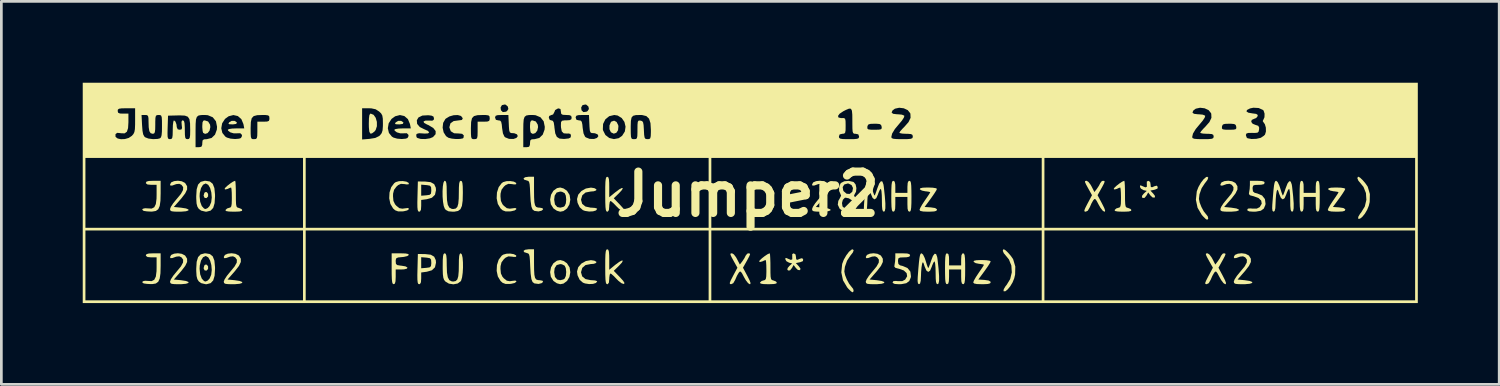
<source format=kicad_pcb>
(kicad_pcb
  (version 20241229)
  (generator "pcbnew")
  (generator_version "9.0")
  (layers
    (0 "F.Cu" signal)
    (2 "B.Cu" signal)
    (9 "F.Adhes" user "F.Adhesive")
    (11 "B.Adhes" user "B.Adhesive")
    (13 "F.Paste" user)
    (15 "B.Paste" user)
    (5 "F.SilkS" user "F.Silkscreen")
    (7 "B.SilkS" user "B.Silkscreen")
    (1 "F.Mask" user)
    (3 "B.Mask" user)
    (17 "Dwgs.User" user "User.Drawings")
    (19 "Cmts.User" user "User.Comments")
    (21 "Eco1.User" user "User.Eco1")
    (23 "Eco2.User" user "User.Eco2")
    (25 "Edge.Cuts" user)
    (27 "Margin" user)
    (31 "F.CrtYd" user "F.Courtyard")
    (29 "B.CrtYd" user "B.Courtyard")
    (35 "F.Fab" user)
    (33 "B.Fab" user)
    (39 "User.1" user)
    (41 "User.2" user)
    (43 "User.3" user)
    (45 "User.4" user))
  (footprint "Jumper2"
    (layer "F.Cu")
    (at 24.509 4.11)
    (property "Reference" "Jumper2" (at 0 0 0) (layer "F.SilkS") (effects (font (size 1.524 1.524) (thickness 0.3))))
    (attr board_only exclude_from_pos_files exclude_from_bom)
    (fp_poly (pts (xy -19.933 -0.076) (xy -19.888 -0.011) (xy -19.888 0.078) (xy -19.889 0.082) (xy -19.948 0.144) (xy -20.018 0.132) (xy -20.053 0.055) (xy -20.053 0.052) (xy -20.027 -0.044) (xy -19.998 -0.078)) (stroke (width 0) (type solid)) (fill yes) (layer "F.SilkS"))
    (fp_poly (pts (xy -19.933 2.598) (xy -19.888 2.662) (xy -19.888 2.752) (xy -19.889 2.756) (xy -19.948 2.817) (xy -20.018 2.806) (xy -20.053 2.729) (xy -20.053 2.726) (xy -20.027 2.629) (xy -19.998 2.596)) (stroke (width 0) (type solid)) (fill yes) (layer "F.SilkS"))
    (fp_poly (pts (xy -18.835 -2.654) (xy -18.827 -2.637) (xy -18.852 -2.592) (xy -18.968 -2.575) (xy -18.99 -2.575) (xy -19.105 -2.58) (xy -19.139 -2.603) (xy -19.11 -2.651) (xy -19.019 -2.705) (xy -18.912 -2.705)) (stroke (width 0) (type solid)) (fill yes) (layer "F.SilkS"))
    (fp_poly (pts (xy -12.696 -2.654) (xy -12.687 -2.637) (xy -12.712 -2.592) (xy -12.828 -2.575) (xy -12.85 -2.575) (xy -12.966 -2.58) (xy -12.999 -2.603) (xy -12.97 -2.651) (xy -12.879 -2.705) (xy -12.772 -2.705)) (stroke (width 0) (type solid)) (fill yes) (layer "F.SilkS"))
    (fp_poly (pts (xy -19.887 -2.681) (xy -19.816 -2.565) (xy -19.805 -2.476) (xy -19.834 -2.344) (xy -19.906 -2.254) (xy -19.997 -2.225) (xy -20.069 -2.261) (xy -20.089 -2.327) (xy -20.101 -2.453) (xy -20.102 -2.509) (xy -20.094 -2.646) (xy -20.064 -2.71) (xy -20.013 -2.723)) (stroke (width 0) (type solid)) (fill yes) (layer "F.SilkS"))
    (fp_poly (pts (xy -7.806 -2.681) (xy -7.735 -2.565) (xy -7.724 -2.476) (xy -7.753 -2.344) (xy -7.825 -2.254) (xy -7.916 -2.225) (xy -7.988 -2.261) (xy -8.008 -2.327) (xy -8.02 -2.453) (xy -8.021 -2.509) (xy -8.013 -2.646) (xy -7.983 -2.71) (xy -7.932 -2.723)) (stroke (width 0) (type solid)) (fill yes) (layer "F.SilkS"))
    (fp_poly (pts (xy -4.829 -2.664) (xy -4.77 -2.548) (xy -4.762 -2.505) (xy -4.775 -2.36) (xy -4.839 -2.264) (xy -4.933 -2.233) (xy -5.036 -2.283) (xy -5.04 -2.287) (xy -5.092 -2.398) (xy -5.091 -2.539) (xy -5.04 -2.658) (xy -5.021 -2.677) (xy -4.92 -2.712)) (stroke (width 0) (type solid)) (fill yes) (layer "F.SilkS"))
    (fp_poly (pts (xy -13.786 -2.927) (xy -13.709 -2.817) (xy -13.666 -2.667) (xy -13.665 -2.508) (xy -13.71 -2.368) (xy -13.756 -2.31) (xy -13.85 -2.24) (xy -13.911 -2.238) (xy -13.946 -2.312) (xy -13.961 -2.471) (xy -13.963 -2.599) (xy -13.958 -2.798) (xy -13.943 -2.914) (xy -13.914 -2.965) (xy -13.892 -2.971)) (stroke (width 0) (type solid)) (fill yes) (layer "F.SilkS"))
    (fp_poly (pts (xy -7.873 -0.153) (xy -7.87 0.112) (xy -7.86 0.293) (xy -7.836 0.406) (xy -7.795 0.467) (xy -7.73 0.491) (xy -7.665 0.495) (xy -7.561 0.514) (xy -7.538 0.558) (xy -7.591 0.605) (xy -7.707 0.634) (xy -7.858 0.614) (xy -7.926 0.564) (xy -7.969 0.457) (xy -7.998 0.252) (xy -8.013 -0.005) (xy -8.023 -0.228) (xy -8.035 -0.371) (xy -8.055 -0.452) (xy -8.087 -0.491) (xy -8.133 -0.505) (xy -8.239 -0.539) (xy -8.259 -0.586) (xy -8.199 -0.627) (xy -8.075 -0.644) (xy -7.873 -0.644)) (stroke (width 0) (type solid)) (fill yes) (layer "F.SilkS"))
    (fp_poly (pts (xy -7.873 2.521) (xy -7.87 2.786) (xy -7.86 2.967) (xy -7.836 3.08) (xy -7.795 3.141) (xy -7.73 3.165) (xy -7.665 3.169) (xy -7.561 3.188) (xy -7.538 3.231) (xy -7.591 3.278) (xy -7.707 3.307) (xy -7.858 3.288) (xy -7.926 3.238) (xy -7.969 3.131) (xy -7.998 2.926) (xy -8.013 2.669) (xy -8.023 2.446) (xy -8.035 2.303) (xy -8.055 2.221) (xy -8.087 2.183) (xy -8.133 2.169) (xy -8.239 2.134) (xy -8.259 2.088) (xy -8.199 2.047) (xy -8.075 2.03) (xy -7.873 2.03)) (stroke (width 0) (type solid)) (fill yes) (layer "F.SilkS"))
    (fp_poly (pts (xy 9.509 2.066) (xy 9.602 2.154) (xy 9.7 2.267) (xy 9.777 2.376) (xy 9.791 2.401) (xy 9.869 2.666) (xy 9.862 2.96) (xy 9.83 3.099) (xy 9.768 3.251) (xy 9.682 3.394) (xy 9.589 3.508) (xy 9.503 3.576) (xy 9.442 3.578) (xy 9.434 3.567) (xy 9.443 3.501) (xy 9.506 3.395) (xy 9.549 3.343) (xy 9.681 3.126) (xy 9.74 2.88) (xy 9.724 2.631) (xy 9.634 2.405) (xy 9.53 2.276) (xy 9.444 2.174) (xy 9.407 2.085) (xy 9.426 2.034) (xy 9.448 2.03)) (stroke (width 0) (type solid)) (fill yes) (layer "F.SilkS"))
    (fp_poly (pts (xy 22.581 -0.608) (xy 22.674 -0.52) (xy 22.771 -0.407) (xy 22.848 -0.298) (xy 22.862 -0.272) (xy 22.94 -0.008) (xy 22.933 0.286) (xy 22.901 0.425) (xy 22.839 0.577) (xy 22.754 0.72) (xy 22.66 0.835) (xy 22.575 0.902) (xy 22.514 0.904) (xy 22.505 0.894) (xy 22.515 0.827) (xy 22.578 0.722) (xy 22.62 0.669) (xy 22.753 0.452) (xy 22.811 0.206) (xy 22.795 -0.043) (xy 22.705 -0.269) (xy 22.601 -0.397) (xy 22.516 -0.499) (xy 22.479 -0.589) (xy 22.498 -0.64) (xy 22.519 -0.644)) (stroke (width 0) (type solid)) (fill yes) (layer "F.SilkS"))
    (fp_poly (pts (xy -21.637 -0.036) (xy -21.644 0.24) (xy -21.671 0.432) (xy -21.725 0.553) (xy -21.814 0.617) (xy -21.945 0.639) (xy -21.999 0.64) (xy -22.144 0.632) (xy -22.251 0.616) (xy -22.269 0.611) (xy -22.318 0.57) (xy -22.291 0.535) (xy -22.209 0.516) (xy -22.111 0.522) (xy -21.968 0.529) (xy -21.872 0.48) (xy -21.814 0.362) (xy -21.789 0.164) (xy -21.786 0.021) (xy -21.786 -0.347) (xy -21.984 -0.347) (xy -22.121 -0.359) (xy -22.178 -0.4) (xy -22.182 -0.421) (xy -22.157 -0.466) (xy -22.071 -0.489) (xy -21.909 -0.495) (xy -21.637 -0.495)) (stroke (width 0) (type solid)) (fill yes) (layer "F.SilkS"))
    (fp_poly (pts (xy -21.637 2.638) (xy -21.644 2.914) (xy -21.671 3.105) (xy -21.725 3.226) (xy -21.814 3.291) (xy -21.945 3.313) (xy -21.999 3.313) (xy -22.144 3.305) (xy -22.251 3.29) (xy -22.269 3.284) (xy -22.318 3.244) (xy -22.291 3.208) (xy -22.209 3.19) (xy -22.111 3.196) (xy -21.968 3.203) (xy -21.872 3.153) (xy -21.814 3.035) (xy -21.789 2.838) (xy -21.786 2.695) (xy -21.786 2.327) (xy -21.984 2.327) (xy -22.121 2.315) (xy -22.178 2.274) (xy -22.182 2.253) (xy -22.157 2.208) (xy -22.071 2.185) (xy -21.909 2.179) (xy -21.637 2.179)) (stroke (width 0) (type solid)) (fill yes) (layer "F.SilkS"))
    (fp_poly (pts (xy -5.648 -0.224) (xy -5.573 -0.182) (xy -5.584 -0.14) (xy -5.669 -0.109) (xy -5.788 -0.099) (xy -5.974 -0.063) (xy -6.094 0.04) (xy -6.14 0.199) (xy -6.14 0.207) (xy -6.097 0.356) (xy -5.975 0.454) (xy -5.783 0.495) (xy -5.752 0.495) (xy -5.625 0.505) (xy -5.552 0.528) (xy -5.545 0.539) (xy -5.589 0.598) (xy -5.698 0.631) (xy -5.843 0.638) (xy -5.993 0.615) (xy -6.072 0.586) (xy -6.19 0.48) (xy -6.268 0.316) (xy -6.288 0.178) (xy -6.243 0.016) (xy -6.125 -0.119) (xy -5.961 -0.211) (xy -5.774 -0.244)) (stroke (width 0) (type solid)) (fill yes) (layer "F.SilkS"))
    (fp_poly (pts (xy -5.648 2.45) (xy -5.573 2.492) (xy -5.584 2.534) (xy -5.669 2.565) (xy -5.788 2.575) (xy -5.974 2.611) (xy -6.094 2.714) (xy -6.14 2.873) (xy -6.14 2.88) (xy -6.097 3.029) (xy -5.975 3.128) (xy -5.783 3.168) (xy -5.752 3.169) (xy -5.625 3.178) (xy -5.552 3.202) (xy -5.545 3.213) (xy -5.589 3.271) (xy -5.698 3.305) (xy -5.843 3.312) (xy -5.993 3.289) (xy -6.072 3.259) (xy -6.19 3.154) (xy -6.268 2.99) (xy -6.288 2.851) (xy -6.243 2.69) (xy -6.125 2.555) (xy -5.961 2.463) (xy -5.774 2.43)) (stroke (width 0) (type solid)) (fill yes) (layer "F.SilkS"))
    (fp_poly (pts (xy 3.911 2.061) (xy 3.883 2.143) (xy 3.793 2.26) (xy 3.787 2.267) (xy 3.666 2.451) (xy 3.587 2.677) (xy 3.566 2.847) (xy 3.593 2.979) (xy 3.659 3.145) (xy 3.744 3.302) (xy 3.827 3.408) (xy 3.829 3.41) (xy 3.893 3.491) (xy 3.91 3.571) (xy 3.876 3.614) (xy 3.866 3.614) (xy 3.81 3.579) (xy 3.719 3.49) (xy 3.67 3.432) (xy 3.517 3.173) (xy 3.455 2.881) (xy 3.487 2.571) (xy 3.489 2.565) (xy 3.548 2.409) (xy 3.638 2.253) (xy 3.738 2.121) (xy 3.832 2.042) (xy 3.871 2.03)) (stroke (width 0) (type solid)) (fill yes) (layer "F.SilkS"))
    (fp_poly (pts (xy 16.982 -0.613) (xy 16.954 -0.531) (xy 16.865 -0.413) (xy 16.858 -0.406) (xy 16.738 -0.223) (xy 16.658 0.004) (xy 16.638 0.173) (xy 16.665 0.305) (xy 16.73 0.471) (xy 16.815 0.629) (xy 16.898 0.734) (xy 16.901 0.736) (xy 16.964 0.817) (xy 16.982 0.897) (xy 16.947 0.94) (xy 16.937 0.941) (xy 16.881 0.906) (xy 16.791 0.816) (xy 16.741 0.759) (xy 16.588 0.499) (xy 16.526 0.207) (xy 16.559 -0.103) (xy 16.56 -0.109) (xy 16.619 -0.264) (xy 16.709 -0.421) (xy 16.81 -0.552) (xy 16.903 -0.632) (xy 16.943 -0.644)) (stroke (width 0) (type solid)) (fill yes) (layer "F.SilkS"))
    (fp_poly (pts (xy -12.61 2.184) (xy -12.512 2.203) (xy -12.488 2.237) (xy -12.489 2.24) (xy -12.547 2.281) (xy -12.671 2.31) (xy -12.741 2.317) (xy -12.882 2.331) (xy -12.949 2.36) (xy -12.971 2.423) (xy -12.972 2.475) (xy -12.963 2.567) (xy -12.918 2.611) (xy -12.809 2.63) (xy -12.766 2.634) (xy -12.61 2.66) (xy -12.539 2.701) (xy -12.556 2.742) (xy -12.662 2.769) (xy -12.745 2.773) (xy -12.972 2.773) (xy -12.972 3.045) (xy -12.979 3.209) (xy -13.002 3.294) (xy -13.047 3.317) (xy -13.079 3.302) (xy -13.101 3.246) (xy -13.114 3.134) (xy -13.12 2.951) (xy -13.121 2.748) (xy -13.121 2.179) (xy -12.795 2.179)) (stroke (width 0) (type solid)) (fill yes) (layer "F.SilkS"))
    (fp_poly (pts (xy -11.89 -0.468) (xy -11.682 -0.444) (xy -11.554 -0.372) (xy -11.494 -0.242) (xy -11.487 -0.149) (xy -11.524 0.02) (xy -11.637 0.129) (xy -11.823 0.183) (xy -12.032 0.211) (xy -12.032 0.427) (xy -12.041 0.571) (xy -12.076 0.635) (xy -12.107 0.644) (xy -12.141 0.63) (xy -12.161 0.58) (xy -12.172 0.476) (xy -12.174 0.304) (xy -12.169 0.087) (xy -12.158 -0.353) (xy -12.032 -0.353) (xy -12.032 0.055) (xy -11.846 0.04) (xy -11.724 0.023) (xy -11.672 -0.021) (xy -11.66 -0.122) (xy -11.66 -0.149) (xy -11.668 -0.263) (xy -11.711 -0.315) (xy -11.818 -0.335) (xy -11.846 -0.337) (xy -12.032 -0.353) (xy -12.158 -0.353) (xy -12.155 -0.47)) (stroke (width 0) (type solid)) (fill yes) (layer "F.SilkS"))
    (fp_poly (pts (xy -11.89 2.206) (xy -11.682 2.229) (xy -11.554 2.302) (xy -11.494 2.431) (xy -11.487 2.525) (xy -11.524 2.693) (xy -11.637 2.803) (xy -11.823 2.857) (xy -12.032 2.885) (xy -12.032 3.101) (xy -12.041 3.245) (xy -12.076 3.309) (xy -12.107 3.317) (xy -12.141 3.304) (xy -12.161 3.254) (xy -12.172 3.15) (xy -12.174 2.978) (xy -12.169 2.76) (xy -12.158 2.321) (xy -12.032 2.321) (xy -12.032 2.729) (xy -11.846 2.714) (xy -11.724 2.697) (xy -11.672 2.652) (xy -11.66 2.552) (xy -11.66 2.525) (xy -11.668 2.411) (xy -11.711 2.359) (xy -11.818 2.339) (xy -11.846 2.336) (xy -12.032 2.321) (xy -12.158 2.321) (xy -12.155 2.203)) (stroke (width 0) (type solid)) (fill yes) (layer "F.SilkS"))
    (fp_poly (pts (xy -12.578 -0.464) (xy -12.497 -0.42) (xy -12.488 -0.405) (xy -12.497 -0.365) (xy -12.575 -0.362) (xy -12.643 -0.373) (xy -12.78 -0.383) (xy -12.882 -0.336) (xy -12.945 -0.28) (xy -13.032 -0.164) (xy -13.068 -0.023) (xy -13.071 0.074) (xy -13.056 0.246) (xy -12.997 0.369) (xy -12.945 0.428) (xy -12.837 0.514) (xy -12.726 0.533) (xy -12.643 0.522) (xy -12.525 0.508) (xy -12.485 0.53) (xy -12.488 0.554) (xy -12.549 0.598) (xy -12.677 0.628) (xy -12.73 0.634) (xy -12.886 0.632) (xy -12.992 0.592) (xy -13.068 0.524) (xy -13.168 0.357) (xy -13.211 0.151) (xy -13.2 -0.064) (xy -13.137 -0.26) (xy -13.026 -0.408) (xy -12.97 -0.447) (xy -12.852 -0.481) (xy -12.709 -0.485)) (stroke (width 0) (type solid)) (fill yes) (layer "F.SilkS"))
    (fp_poly (pts (xy -8.617 -0.464) (xy -8.536 -0.42) (xy -8.527 -0.405) (xy -8.536 -0.365) (xy -8.614 -0.362) (xy -8.682 -0.373) (xy -8.819 -0.383) (xy -8.921 -0.336) (xy -8.984 -0.28) (xy -9.071 -0.164) (xy -9.106 -0.023) (xy -9.11 0.074) (xy -9.094 0.246) (xy -9.036 0.369) (xy -8.984 0.428) (xy -8.876 0.514) (xy -8.765 0.533) (xy -8.682 0.522) (xy -8.564 0.508) (xy -8.524 0.53) (xy -8.527 0.554) (xy -8.587 0.598) (xy -8.716 0.628) (xy -8.769 0.634) (xy -8.925 0.632) (xy -9.031 0.592) (xy -9.107 0.524) (xy -9.207 0.357) (xy -9.25 0.151) (xy -9.239 -0.064) (xy -9.176 -0.26) (xy -9.065 -0.408) (xy -9.009 -0.447) (xy -8.891 -0.481) (xy -8.748 -0.485)) (stroke (width 0) (type solid)) (fill yes) (layer "F.SilkS"))
    (fp_poly (pts (xy -8.617 2.21) (xy -8.536 2.253) (xy -8.527 2.268) (xy -8.536 2.308) (xy -8.614 2.311) (xy -8.682 2.301) (xy -8.819 2.291) (xy -8.921 2.338) (xy -8.984 2.394) (xy -9.071 2.51) (xy -9.106 2.65) (xy -9.11 2.748) (xy -9.094 2.92) (xy -9.036 3.043) (xy -8.984 3.102) (xy -8.876 3.187) (xy -8.765 3.207) (xy -8.682 3.195) (xy -8.564 3.182) (xy -8.524 3.203) (xy -8.527 3.227) (xy -8.587 3.272) (xy -8.716 3.302) (xy -8.769 3.307) (xy -8.925 3.306) (xy -9.031 3.266) (xy -9.107 3.197) (xy -9.207 3.03) (xy -9.25 2.825) (xy -9.239 2.61) (xy -9.176 2.413) (xy -9.065 2.266) (xy -9.009 2.227) (xy -8.891 2.193) (xy -8.748 2.188)) (stroke (width 0) (type solid)) (fill yes) (layer "F.SilkS"))
    (fp_poly (pts (xy -6.784 -0.213) (xy -6.661 -0.13) (xy -6.657 -0.126) (xy -6.561 0.027) (xy -6.535 0.202) (xy -6.568 0.376) (xy -6.655 0.524) (xy -6.787 0.62) (xy -6.907 0.644) (xy -7.03 0.609) (xy -7.153 0.526) (xy -7.157 0.522) (xy -7.253 0.37) (xy -7.279 0.198) (xy -7.13 0.198) (xy -7.102 0.375) (xy -7.017 0.472) (xy -6.907 0.495) (xy -6.793 0.468) (xy -6.744 0.436) (xy -6.7 0.338) (xy -6.686 0.194) (xy -6.702 0.051) (xy -6.744 -0.04) (xy -6.84 -0.089) (xy -6.907 -0.099) (xy -7.039 -0.062) (xy -7.112 0.052) (xy -7.13 0.198) (xy -7.279 0.198) (xy -7.279 0.194) (xy -7.246 0.02) (xy -7.159 -0.128) (xy -7.027 -0.224) (xy -6.907 -0.248)) (stroke (width 0) (type solid)) (fill yes) (layer "F.SilkS"))
    (fp_poly (pts (xy -6.784 2.46) (xy -6.661 2.543) (xy -6.657 2.548) (xy -6.561 2.7) (xy -6.535 2.876) (xy -6.568 3.05) (xy -6.655 3.197) (xy -6.787 3.294) (xy -6.907 3.317) (xy -7.03 3.283) (xy -7.153 3.2) (xy -7.157 3.196) (xy -7.253 3.043) (xy -7.279 2.872) (xy -7.13 2.872) (xy -7.102 3.048) (xy -7.017 3.146) (xy -6.907 3.169) (xy -6.793 3.142) (xy -6.744 3.109) (xy -6.7 3.012) (xy -6.686 2.867) (xy -6.702 2.724) (xy -6.744 2.634) (xy -6.84 2.584) (xy -6.907 2.575) (xy -7.039 2.612) (xy -7.112 2.725) (xy -7.13 2.872) (xy -7.279 2.872) (xy -7.279 2.868) (xy -7.246 2.694) (xy -7.159 2.546) (xy -7.027 2.45) (xy -6.907 2.426)) (stroke (width 0) (type solid)) (fill yes) (layer "F.SilkS"))
    (fp_poly (pts (xy -20.859 -0.478) (xy -20.746 -0.421) (xy -20.729 -0.405) (xy -20.662 -0.296) (xy -20.661 -0.177) (xy -20.731 -0.032) (xy -20.874 0.155) (xy -20.899 0.183) (xy -21.151 0.47) (xy -20.89 0.495) (xy -20.703 0.524) (xy -20.612 0.561) (xy -20.613 0.598) (xy -20.704 0.628) (xy -20.884 0.643) (xy -20.94 0.644) (xy -21.123 0.641) (xy -21.229 0.629) (xy -21.277 0.602) (xy -21.29 0.554) (xy -21.29 0.545) (xy -21.259 0.462) (xy -21.175 0.334) (xy -21.056 0.188) (xy -21.043 0.173) (xy -20.889 -0.013) (xy -20.812 -0.155) (xy -20.807 -0.262) (xy -20.869 -0.346) (xy -20.95 -0.384) (xy -21.062 -0.373) (xy -21.204 -0.322) (xy -21.276 -0.317) (xy -21.29 -0.361) (xy -21.248 -0.437) (xy -21.141 -0.483) (xy -21.001 -0.498)) (stroke (width 0) (type solid)) (fill yes) (layer "F.SilkS"))
    (fp_poly (pts (xy -20.859 2.196) (xy -20.746 2.253) (xy -20.729 2.269) (xy -20.662 2.377) (xy -20.661 2.497) (xy -20.731 2.642) (xy -20.874 2.828) (xy -20.899 2.856) (xy -21.151 3.144) (xy -20.89 3.169) (xy -20.703 3.198) (xy -20.612 3.234) (xy -20.613 3.271) (xy -20.704 3.301) (xy -20.884 3.317) (xy -20.94 3.317) (xy -21.123 3.315) (xy -21.229 3.303) (xy -21.277 3.276) (xy -21.29 3.228) (xy -21.29 3.219) (xy -21.259 3.136) (xy -21.175 3.008) (xy -21.056 2.862) (xy -21.043 2.847) (xy -20.889 2.66) (xy -20.812 2.519) (xy -20.807 2.412) (xy -20.869 2.327) (xy -20.95 2.289) (xy -21.062 2.301) (xy -21.204 2.352) (xy -21.276 2.357) (xy -21.29 2.313) (xy -21.248 2.237) (xy -21.141 2.191) (xy -21.001 2.176)) (stroke (width 0) (type solid)) (fill yes) (layer "F.SilkS"))
    (fp_poly (pts (xy -18.879 2.196) (xy -18.765 2.253) (xy -18.748 2.269) (xy -18.682 2.377) (xy -18.681 2.497) (xy -18.75 2.642) (xy -18.894 2.828) (xy -18.918 2.856) (xy -19.171 3.144) (xy -18.91 3.169) (xy -18.723 3.198) (xy -18.631 3.234) (xy -18.632 3.271) (xy -18.724 3.301) (xy -18.903 3.317) (xy -18.959 3.317) (xy -19.143 3.315) (xy -19.248 3.303) (xy -19.297 3.276) (xy -19.31 3.228) (xy -19.31 3.219) (xy -19.278 3.136) (xy -19.194 3.008) (xy -19.076 2.862) (xy -19.062 2.847) (xy -18.909 2.66) (xy -18.831 2.519) (xy -18.827 2.412) (xy -18.889 2.327) (xy -18.969 2.289) (xy -19.081 2.301) (xy -19.223 2.352) (xy -19.295 2.357) (xy -19.31 2.313) (xy -19.267 2.237) (xy -19.161 2.191) (xy -19.021 2.176)) (stroke (width 0) (type solid)) (fill yes) (layer "F.SilkS"))
    (fp_poly (pts (xy 2.808 -0.478) (xy 2.921 -0.421) (xy 2.938 -0.405) (xy 3.005 -0.296) (xy 3.006 -0.177) (xy 2.936 -0.032) (xy 2.793 0.155) (xy 2.768 0.183) (xy 2.516 0.47) (xy 2.777 0.495) (xy 2.964 0.524) (xy 3.055 0.561) (xy 3.054 0.598) (xy 2.963 0.628) (xy 2.783 0.643) (xy 2.727 0.644) (xy 2.544 0.641) (xy 2.438 0.629) (xy 2.39 0.602) (xy 2.377 0.554) (xy 2.377 0.545) (xy 2.408 0.462) (xy 2.492 0.334) (xy 2.611 0.188) (xy 2.624 0.173) (xy 2.778 -0.013) (xy 2.855 -0.155) (xy 2.86 -0.262) (xy 2.798 -0.346) (xy 2.717 -0.384) (xy 2.605 -0.373) (xy 2.463 -0.322) (xy 2.391 -0.317) (xy 2.377 -0.361) (xy 2.419 -0.437) (xy 2.526 -0.483) (xy 2.666 -0.498)) (stroke (width 0) (type solid)) (fill yes) (layer "F.SilkS"))
    (fp_poly (pts (xy 4.788 2.196) (xy 4.902 2.253) (xy 4.919 2.269) (xy 4.985 2.377) (xy 4.986 2.497) (xy 4.917 2.642) (xy 4.773 2.828) (xy 4.749 2.856) (xy 4.497 3.144) (xy 4.757 3.169) (xy 4.944 3.198) (xy 5.036 3.234) (xy 5.035 3.271) (xy 4.943 3.301) (xy 4.764 3.317) (xy 4.708 3.317) (xy 4.524 3.315) (xy 4.419 3.303) (xy 4.37 3.276) (xy 4.357 3.228) (xy 4.357 3.219) (xy 4.389 3.136) (xy 4.473 3.008) (xy 4.591 2.862) (xy 4.605 2.847) (xy 4.758 2.66) (xy 4.836 2.519) (xy 4.84 2.412) (xy 4.778 2.327) (xy 4.698 2.289) (xy 4.586 2.301) (xy 4.444 2.352) (xy 4.372 2.357) (xy 4.357 2.313) (xy 4.4 2.237) (xy 4.506 2.191) (xy 4.646 2.176)) (stroke (width 0) (type solid)) (fill yes) (layer "F.SilkS"))
    (fp_poly (pts (xy 17.86 -0.478) (xy 17.973 -0.421) (xy 17.99 -0.405) (xy 18.057 -0.296) (xy 18.058 -0.177) (xy 17.988 -0.032) (xy 17.844 0.155) (xy 17.82 0.183) (xy 17.568 0.47) (xy 17.829 0.495) (xy 18.016 0.524) (xy 18.107 0.561) (xy 18.106 0.598) (xy 18.014 0.628) (xy 17.835 0.643) (xy 17.779 0.644) (xy 17.596 0.641) (xy 17.49 0.629) (xy 17.441 0.602) (xy 17.429 0.554) (xy 17.428 0.545) (xy 17.46 0.462) (xy 17.544 0.334) (xy 17.663 0.188) (xy 17.676 0.173) (xy 17.83 -0.013) (xy 17.907 -0.155) (xy 17.912 -0.262) (xy 17.85 -0.346) (xy 17.769 -0.384) (xy 17.657 -0.373) (xy 17.515 -0.322) (xy 17.443 -0.317) (xy 17.428 -0.361) (xy 17.471 -0.437) (xy 17.578 -0.483) (xy 17.718 -0.498)) (stroke (width 0) (type solid)) (fill yes) (layer "F.SilkS"))
    (fp_poly (pts (xy 18.355 2.196) (xy 18.468 2.253) (xy 18.485 2.269) (xy 18.552 2.377) (xy 18.553 2.497) (xy 18.483 2.642) (xy 18.34 2.828) (xy 18.315 2.856) (xy 18.063 3.144) (xy 18.324 3.169) (xy 18.511 3.198) (xy 18.602 3.234) (xy 18.601 3.271) (xy 18.51 3.301) (xy 18.33 3.317) (xy 18.274 3.317) (xy 18.091 3.315) (xy 17.985 3.303) (xy 17.937 3.276) (xy 17.924 3.228) (xy 17.924 3.219) (xy 17.955 3.136) (xy 18.039 3.008) (xy 18.158 2.862) (xy 18.171 2.847) (xy 18.325 2.66) (xy 18.402 2.519) (xy 18.407 2.412) (xy 18.345 2.327) (xy 18.264 2.289) (xy 18.152 2.301) (xy 18.01 2.352) (xy 17.938 2.357) (xy 17.924 2.313) (xy 17.966 2.237) (xy 18.073 2.191) (xy 18.213 2.176)) (stroke (width 0) (type solid)) (fill yes) (layer "F.SilkS"))
    (fp_poly (pts (xy 1.768 2.221) (xy 1.782 2.302) (xy 1.792 2.4) (xy 1.837 2.419) (xy 1.929 2.378) (xy 2.011 2.357) (xy 2.049 2.404) (xy 2.039 2.466) (xy 1.943 2.505) (xy 1.928 2.508) (xy 1.778 2.538) (xy 1.883 2.65) (xy 1.949 2.74) (xy 1.937 2.793) (xy 1.928 2.799) (xy 1.855 2.792) (xy 1.782 2.722) (xy 1.696 2.608) (xy 1.638 2.715) (xy 1.564 2.808) (xy 1.493 2.811) (xy 1.465 2.779) (xy 1.478 2.719) (xy 1.541 2.644) (xy 1.643 2.551) (xy 1.528 2.523) (xy 1.431 2.469) (xy 1.395 2.407) (xy 1.395 2.348) (xy 1.448 2.357) (xy 1.478 2.373) (xy 1.595 2.421) (xy 1.648 2.399) (xy 1.646 2.304) (xy 1.646 2.302) (xy 1.646 2.206) (xy 1.702 2.179) (xy 1.702 2.179)) (stroke (width 0) (type solid)) (fill yes) (layer "F.SilkS"))
    (fp_poly (pts (xy 5.999 -0.48) (xy 6.021 -0.424) (xy 6.033 -0.312) (xy 6.039 -0.128) (xy 6.041 0.074) (xy 6.039 0.324) (xy 6.031 0.491) (xy 6.017 0.589) (xy 5.993 0.635) (xy 5.966 0.644) (xy 5.921 0.619) (xy 5.898 0.533) (xy 5.892 0.371) (xy 5.892 0.099) (xy 5.446 0.099) (xy 5.446 0.371) (xy 5.44 0.536) (xy 5.416 0.62) (xy 5.372 0.644) (xy 5.34 0.628) (xy 5.318 0.573) (xy 5.305 0.461) (xy 5.299 0.277) (xy 5.298 0.074) (xy 5.3 -0.176) (xy 5.307 -0.342) (xy 5.322 -0.441) (xy 5.346 -0.486) (xy 5.372 -0.495) (xy 5.421 -0.466) (xy 5.443 -0.367) (xy 5.446 -0.272) (xy 5.446 -0.05) (xy 5.892 -0.05) (xy 5.892 -0.272) (xy 5.902 -0.419) (xy 5.935 -0.486) (xy 5.966 -0.495)) (stroke (width 0) (type solid)) (fill yes) (layer "F.SilkS"))
    (fp_poly (pts (xy 6.825 -0.241) (xy 6.941 -0.222) (xy 6.981 -0.198) (xy 6.954 -0.137) (xy 6.88 -0.021) (xy 6.776 0.129) (xy 6.753 0.161) (xy 6.525 0.47) (xy 6.753 0.485) (xy 6.909 0.508) (xy 6.977 0.551) (xy 6.981 0.572) (xy 6.957 0.613) (xy 6.874 0.635) (xy 6.713 0.643) (xy 6.659 0.644) (xy 6.472 0.637) (xy 6.369 0.616) (xy 6.338 0.578) (xy 6.338 0.578) (xy 6.365 0.506) (xy 6.435 0.382) (xy 6.534 0.231) (xy 6.536 0.229) (xy 6.634 0.086) (xy 6.705 -0.022) (xy 6.734 -0.073) (xy 6.734 -0.073) (xy 6.69 -0.09) (xy 6.582 -0.106) (xy 6.552 -0.108) (xy 6.428 -0.134) (xy 6.355 -0.176) (xy 6.35 -0.186) (xy 6.368 -0.221) (xy 6.459 -0.241) (xy 6.635 -0.248) (xy 6.655 -0.248)) (stroke (width 0) (type solid)) (fill yes) (layer "F.SilkS"))
    (fp_poly (pts (xy 7.979 2.194) (xy 8.001 2.25) (xy 8.014 2.362) (xy 8.02 2.545) (xy 8.021 2.748) (xy 8.019 2.998) (xy 8.012 3.164) (xy 7.997 3.263) (xy 7.973 3.308) (xy 7.947 3.317) (xy 7.902 3.293) (xy 7.879 3.207) (xy 7.873 3.045) (xy 7.873 2.773) (xy 7.427 2.773) (xy 7.427 3.045) (xy 7.42 3.209) (xy 7.397 3.294) (xy 7.353 3.317) (xy 7.32 3.302) (xy 7.298 3.246) (xy 7.285 3.134) (xy 7.28 2.951) (xy 7.278 2.748) (xy 7.28 2.498) (xy 7.288 2.331) (xy 7.302 2.233) (xy 7.326 2.187) (xy 7.353 2.179) (xy 7.402 2.208) (xy 7.424 2.307) (xy 7.427 2.401) (xy 7.427 2.624) (xy 7.873 2.624) (xy 7.873 2.401) (xy 7.882 2.255) (xy 7.915 2.188) (xy 7.947 2.179)) (stroke (width 0) (type solid)) (fill yes) (layer "F.SilkS"))
    (fp_poly (pts (xy 8.805 2.433) (xy 8.922 2.451) (xy 8.962 2.475) (xy 8.934 2.536) (xy 8.861 2.653) (xy 8.757 2.802) (xy 8.734 2.834) (xy 8.505 3.144) (xy 8.734 3.159) (xy 8.889 3.182) (xy 8.957 3.225) (xy 8.962 3.246) (xy 8.938 3.286) (xy 8.854 3.309) (xy 8.694 3.317) (xy 8.64 3.317) (xy 8.453 3.311) (xy 8.35 3.29) (xy 8.318 3.252) (xy 8.318 3.251) (xy 8.345 3.18) (xy 8.416 3.055) (xy 8.515 2.905) (xy 8.516 2.903) (xy 8.614 2.76) (xy 8.685 2.652) (xy 8.714 2.601) (xy 8.714 2.6) (xy 8.671 2.584) (xy 8.563 2.568) (xy 8.532 2.565) (xy 8.408 2.54) (xy 8.335 2.497) (xy 8.33 2.488) (xy 8.348 2.453) (xy 8.439 2.433) (xy 8.615 2.426) (xy 8.636 2.426)) (stroke (width 0) (type solid)) (fill yes) (layer "F.SilkS"))
    (fp_poly (pts (xy 14.839 -0.453) (xy 14.854 -0.371) (xy 14.863 -0.273) (xy 14.908 -0.255) (xy 15.001 -0.296) (xy 15.082 -0.316) (xy 15.12 -0.27) (xy 15.11 -0.208) (xy 15.015 -0.169) (xy 14.999 -0.165) (xy 14.849 -0.135) (xy 14.954 -0.023) (xy 15.02 0.066) (xy 15.008 0.12) (xy 14.999 0.126) (xy 14.927 0.118) (xy 14.853 0.049) (xy 14.767 -0.066) (xy 14.71 0.041) (xy 14.635 0.134) (xy 14.564 0.137) (xy 14.536 0.106) (xy 14.549 0.045) (xy 14.612 -0.03) (xy 14.715 -0.123) (xy 14.599 -0.15) (xy 14.502 -0.205) (xy 14.466 -0.266) (xy 14.466 -0.326) (xy 14.519 -0.316) (xy 14.549 -0.301) (xy 14.666 -0.253) (xy 14.719 -0.274) (xy 14.718 -0.369) (xy 14.717 -0.371) (xy 14.717 -0.467) (xy 14.774 -0.495) (xy 14.774 -0.495)) (stroke (width 0) (type solid)) (fill yes) (layer "F.SilkS"))
    (fp_poly (pts (xy 21.051 -0.48) (xy 21.072 -0.424) (xy 21.085 -0.312) (xy 21.091 -0.128) (xy 21.092 0.074) (xy 21.09 0.324) (xy 21.083 0.491) (xy 21.069 0.589) (xy 21.045 0.635) (xy 21.018 0.644) (xy 20.973 0.619) (xy 20.95 0.533) (xy 20.944 0.371) (xy 20.944 0.099) (xy 20.498 0.099) (xy 20.498 0.371) (xy 20.492 0.536) (xy 20.468 0.62) (xy 20.424 0.644) (xy 20.391 0.628) (xy 20.37 0.573) (xy 20.357 0.461) (xy 20.351 0.277) (xy 20.35 0.074) (xy 20.352 -0.176) (xy 20.359 -0.342) (xy 20.374 -0.441) (xy 20.398 -0.486) (xy 20.424 -0.495) (xy 20.473 -0.466) (xy 20.495 -0.367) (xy 20.498 -0.272) (xy 20.498 -0.05) (xy 20.944 -0.05) (xy 20.944 -0.272) (xy 20.954 -0.419) (xy 20.987 -0.486) (xy 21.018 -0.495)) (stroke (width 0) (type solid)) (fill yes) (layer "F.SilkS"))
    (fp_poly (pts (xy 21.876 -0.241) (xy 21.993 -0.222) (xy 22.033 -0.198) (xy 22.006 -0.137) (xy 21.932 -0.021) (xy 21.828 0.129) (xy 21.805 0.161) (xy 21.577 0.47) (xy 21.805 0.485) (xy 21.961 0.508) (xy 22.028 0.551) (xy 22.033 0.572) (xy 22.009 0.613) (xy 21.926 0.635) (xy 21.765 0.643) (xy 21.711 0.644) (xy 21.524 0.637) (xy 21.421 0.616) (xy 21.389 0.578) (xy 21.389 0.578) (xy 21.416 0.506) (xy 21.487 0.382) (xy 21.586 0.231) (xy 21.588 0.229) (xy 21.686 0.086) (xy 21.757 -0.022) (xy 21.785 -0.073) (xy 21.786 -0.073) (xy 21.742 -0.09) (xy 21.634 -0.106) (xy 21.604 -0.108) (xy 21.48 -0.134) (xy 21.406 -0.176) (xy 21.402 -0.186) (xy 21.42 -0.221) (xy 21.511 -0.241) (xy 21.687 -0.248) (xy 21.707 -0.248)) (stroke (width 0) (type solid)) (fill yes) (layer "F.SilkS"))
    (fp_poly (pts (xy -19.822 -0.469) (xy -19.717 -0.383) (xy -19.656 -0.227) (xy -19.633 0.01) (xy -19.632 0.074) (xy -19.648 0.331) (xy -19.7 0.504) (xy -19.795 0.604) (xy -19.939 0.642) (xy -19.978 0.644) (xy -20.146 0.603) (xy -20.231 0.539) (xy -20.283 0.458) (xy -20.313 0.342) (xy -20.324 0.165) (xy -20.325 0.074) (xy -20.201 0.074) (xy -20.18 0.277) (xy -20.121 0.435) (xy -20.036 0.529) (xy -19.978 0.545) (xy -19.901 0.508) (xy -19.833 0.435) (xy -19.773 0.294) (xy -19.753 0.12) (xy -19.768 -0.062) (xy -19.812 -0.226) (xy -19.882 -0.346) (xy -19.972 -0.396) (xy -19.978 -0.396) (xy -20.074 -0.35) (xy -20.149 -0.227) (xy -20.194 -0.048) (xy -20.201 0.074) (xy -20.325 0.074) (xy -20.309 -0.182) (xy -20.257 -0.355) (xy -20.162 -0.456) (xy -20.018 -0.494) (xy -19.978 -0.495)) (stroke (width 0) (type solid)) (fill yes) (layer "F.SilkS"))
    (fp_poly (pts (xy -19.822 2.205) (xy -19.717 2.29) (xy -19.656 2.446) (xy -19.633 2.684) (xy -19.632 2.748) (xy -19.648 3.005) (xy -19.7 3.178) (xy -19.795 3.278) (xy -19.939 3.316) (xy -19.978 3.317) (xy -20.146 3.277) (xy -20.231 3.213) (xy -20.283 3.132) (xy -20.313 3.016) (xy -20.324 2.838) (xy -20.325 2.748) (xy -20.201 2.748) (xy -20.18 2.951) (xy -20.121 3.109) (xy -20.036 3.202) (xy -19.978 3.218) (xy -19.901 3.181) (xy -19.833 3.108) (xy -19.773 2.968) (xy -19.753 2.794) (xy -19.768 2.612) (xy -19.812 2.448) (xy -19.882 2.328) (xy -19.972 2.278) (xy -19.978 2.278) (xy -20.074 2.323) (xy -20.149 2.446) (xy -20.194 2.626) (xy -20.201 2.748) (xy -20.325 2.748) (xy -20.309 2.491) (xy -20.257 2.318) (xy -20.162 2.218) (xy -20.018 2.18) (xy -19.978 2.179)) (stroke (width 0) (type solid)) (fill yes) (layer "F.SilkS"))
    (fp_poly (pts (xy -18.879 -0.449) (xy -18.871 -0.325) (xy -18.865 -0.144) (xy -18.864 -0.003) (xy -18.863 0.221) (xy -18.857 0.365) (xy -18.841 0.448) (xy -18.812 0.487) (xy -18.767 0.503) (xy -18.757 0.504) (xy -18.662 0.542) (xy -18.629 0.582) (xy -18.647 0.617) (xy -18.737 0.637) (xy -18.913 0.644) (xy -18.939 0.644) (xy -19.124 0.638) (xy -19.224 0.62) (xy -19.25 0.587) (xy -19.248 0.582) (xy -19.188 0.526) (xy -19.12 0.504) (xy -19.065 0.488) (xy -19.033 0.445) (xy -19.018 0.355) (xy -19.013 0.194) (xy -19.013 0.12) (xy -19.016 -0.056) (xy -19.025 -0.187) (xy -19.038 -0.246) (xy -19.041 -0.248) (xy -19.102 -0.227) (xy -19.162 -0.198) (xy -19.248 -0.175) (xy -19.281 -0.192) (xy -19.258 -0.236) (xy -19.179 -0.311) (xy -19.073 -0.394) (xy -18.969 -0.463) (xy -18.895 -0.495) (xy -18.89 -0.495)) (stroke (width 0) (type solid)) (fill yes) (layer "F.SilkS"))
    (fp_poly (pts (xy -5.135 -0.624) (xy -5.112 -0.555) (xy -5.102 -0.417) (xy -5.1 -0.266) (xy -5.1 0.111) (xy -4.876 -0.072) (xy -4.728 -0.182) (xy -4.633 -0.231) (xy -4.599 -0.221) (xy -4.633 -0.155) (xy -4.742 -0.036) (xy -4.933 0.15) (xy -4.708 0.384) (xy -4.59 0.515) (xy -4.54 0.592) (xy -4.55 0.629) (xy -4.567 0.634) (xy -4.646 0.608) (xy -4.759 0.521) (xy -4.831 0.449) (xy -4.939 0.337) (xy -5.024 0.264) (xy -5.056 0.248) (xy -5.083 0.292) (xy -5.099 0.401) (xy -5.1 0.446) (xy -5.112 0.583) (xy -5.153 0.64) (xy -5.174 0.644) (xy -5.205 0.629) (xy -5.226 0.577) (xy -5.239 0.471) (xy -5.246 0.297) (xy -5.248 0.041) (xy -5.248 0) (xy -5.247 -0.268) (xy -5.241 -0.452) (xy -5.228 -0.566) (xy -5.208 -0.625) (xy -5.179 -0.643) (xy -5.174 -0.644)) (stroke (width 0) (type solid)) (fill yes) (layer "F.SilkS"))
    (fp_poly (pts (xy -5.135 2.049) (xy -5.112 2.119) (xy -5.102 2.257) (xy -5.1 2.407) (xy -5.1 2.785) (xy -4.876 2.601) (xy -4.728 2.492) (xy -4.633 2.443) (xy -4.599 2.452) (xy -4.633 2.519) (xy -4.742 2.638) (xy -4.933 2.824) (xy -4.708 3.058) (xy -4.59 3.189) (xy -4.54 3.266) (xy -4.55 3.303) (xy -4.567 3.308) (xy -4.646 3.282) (xy -4.759 3.195) (xy -4.831 3.122) (xy -4.939 3.011) (xy -5.024 2.938) (xy -5.056 2.921) (xy -5.083 2.965) (xy -5.099 3.075) (xy -5.1 3.119) (xy -5.112 3.257) (xy -5.153 3.314) (xy -5.174 3.317) (xy -5.205 3.303) (xy -5.226 3.25) (xy -5.239 3.144) (xy -5.246 2.971) (xy -5.248 2.715) (xy -5.248 2.674) (xy -5.247 2.406) (xy -5.241 2.222) (xy -5.228 2.108) (xy -5.208 2.049) (xy -5.179 2.03) (xy -5.174 2.03)) (stroke (width 0) (type solid)) (fill yes) (layer "F.SilkS"))
    (fp_poly (pts (xy 0.827 2.225) (xy 0.835 2.349) (xy 0.841 2.529) (xy 0.842 2.67) (xy 0.843 2.895) (xy 0.849 3.039) (xy 0.865 3.121) (xy 0.894 3.161) (xy 0.939 3.176) (xy 0.949 3.178) (xy 1.044 3.216) (xy 1.077 3.255) (xy 1.059 3.291) (xy 0.969 3.31) (xy 0.793 3.317) (xy 0.767 3.317) (xy 0.582 3.312) (xy 0.482 3.294) (xy 0.456 3.26) (xy 0.458 3.255) (xy 0.518 3.199) (xy 0.586 3.178) (xy 0.641 3.162) (xy 0.673 3.119) (xy 0.688 3.028) (xy 0.693 2.868) (xy 0.693 2.794) (xy 0.69 2.617) (xy 0.681 2.487) (xy 0.668 2.427) (xy 0.665 2.426) (xy 0.604 2.447) (xy 0.544 2.476) (xy 0.459 2.498) (xy 0.425 2.482) (xy 0.448 2.437) (xy 0.527 2.363) (xy 0.633 2.28) (xy 0.737 2.211) (xy 0.811 2.179) (xy 0.816 2.179)) (stroke (width 0) (type solid)) (fill yes) (layer "F.SilkS"))
    (fp_poly (pts (xy 13.898 -0.449) (xy 13.907 -0.325) (xy 13.912 -0.144) (xy 13.913 -0.003) (xy 13.914 0.221) (xy 13.921 0.365) (xy 13.936 0.448) (xy 13.965 0.487) (xy 14.011 0.503) (xy 14.021 0.504) (xy 14.115 0.542) (xy 14.148 0.582) (xy 14.131 0.617) (xy 14.04 0.637) (xy 13.865 0.644) (xy 13.839 0.644) (xy 13.653 0.638) (xy 13.553 0.62) (xy 13.528 0.587) (xy 13.529 0.582) (xy 13.589 0.526) (xy 13.657 0.504) (xy 13.712 0.488) (xy 13.744 0.445) (xy 13.76 0.355) (xy 13.764 0.194) (xy 13.765 0.12) (xy 13.761 -0.056) (xy 13.752 -0.187) (xy 13.739 -0.246) (xy 13.737 -0.248) (xy 13.675 -0.227) (xy 13.616 -0.198) (xy 13.53 -0.175) (xy 13.496 -0.192) (xy 13.52 -0.236) (xy 13.599 -0.311) (xy 13.705 -0.394) (xy 13.809 -0.463) (xy 13.882 -0.495) (xy 13.887 -0.495)) (stroke (width 0) (type solid)) (fill yes) (layer "F.SilkS"))
    (fp_poly (pts (xy -10.535 -0.478) (xy -10.513 -0.416) (xy -10.501 -0.291) (xy -10.497 -0.088) (xy -10.497 -0.036) (xy -10.504 0.239) (xy -10.531 0.43) (xy -10.585 0.551) (xy -10.674 0.617) (xy -10.806 0.642) (xy -10.868 0.644) (xy -11.026 0.63) (xy -11.123 0.579) (xy -11.162 0.534) (xy -11.201 0.433) (xy -11.228 0.276) (xy -11.243 0.088) (xy -11.245 -0.107) (xy -11.235 -0.285) (xy -11.213 -0.421) (xy -11.178 -0.491) (xy -11.165 -0.495) (xy -11.129 -0.478) (xy -11.106 -0.414) (xy -11.094 -0.287) (xy -11.091 -0.08) (xy -11.091 -0.053) (xy -11.082 0.21) (xy -11.052 0.387) (xy -10.995 0.493) (xy -10.906 0.54) (xy -10.85 0.545) (xy -10.76 0.528) (xy -10.7 0.467) (xy -10.665 0.349) (xy -10.648 0.157) (xy -10.645 -0.035) (xy -10.642 -0.256) (xy -10.632 -0.395) (xy -10.612 -0.469) (xy -10.58 -0.494) (xy -10.571 -0.495)) (stroke (width 0) (type solid)) (fill yes) (layer "F.SilkS"))
    (fp_poly (pts (xy -10.532 2.224) (xy -10.506 2.342) (xy -10.493 2.51) (xy -10.491 2.703) (xy -10.502 2.896) (xy -10.525 3.065) (xy -10.561 3.185) (xy -10.574 3.207) (xy -10.687 3.291) (xy -10.845 3.321) (xy -11.01 3.296) (xy -11.14 3.218) (xy -11.188 3.158) (xy -11.217 3.076) (xy -11.233 2.951) (xy -11.239 2.759) (xy -11.239 2.649) (xy -11.237 2.425) (xy -11.227 2.283) (xy -11.208 2.207) (xy -11.176 2.18) (xy -11.165 2.179) (xy -11.129 2.196) (xy -11.106 2.26) (xy -11.094 2.386) (xy -11.091 2.593) (xy -11.091 2.621) (xy -11.082 2.883) (xy -11.052 3.061) (xy -10.995 3.167) (xy -10.906 3.213) (xy -10.85 3.218) (xy -10.76 3.201) (xy -10.7 3.141) (xy -10.665 3.022) (xy -10.648 2.831) (xy -10.645 2.639) (xy -10.642 2.418) (xy -10.632 2.278) (xy -10.612 2.204) (xy -10.58 2.179) (xy -10.571 2.179)) (stroke (width 0) (type solid)) (fill yes) (layer "F.SilkS"))
    (fp_poly (pts (xy 5.883 2.185) (xy 5.967 2.209) (xy 5.991 2.253) (xy 5.962 2.302) (xy 5.863 2.324) (xy 5.768 2.327) (xy 5.631 2.332) (xy 5.566 2.356) (xy 5.547 2.419) (xy 5.545 2.47) (xy 5.559 2.57) (xy 5.619 2.621) (xy 5.719 2.646) (xy 5.894 2.72) (xy 6 2.852) (xy 6.023 3.026) (xy 6.016 3.068) (xy 5.959 3.202) (xy 5.849 3.281) (xy 5.669 3.315) (xy 5.573 3.317) (xy 5.422 3.307) (xy 5.354 3.272) (xy 5.347 3.248) (xy 5.374 3.204) (xy 5.469 3.196) (xy 5.537 3.204) (xy 5.698 3.205) (xy 5.803 3.151) (xy 5.809 3.146) (xy 5.882 3.024) (xy 5.863 2.909) (xy 5.761 2.812) (xy 5.583 2.747) (xy 5.564 2.744) (xy 5.449 2.713) (xy 5.409 2.666) (xy 5.417 2.606) (xy 5.437 2.479) (xy 5.446 2.339) (xy 5.446 2.179) (xy 5.719 2.179)) (stroke (width 0) (type solid)) (fill yes) (layer "F.SilkS"))
    (fp_poly (pts (xy 18.954 -0.488) (xy 19.039 -0.465) (xy 19.062 -0.421) (xy 19.033 -0.372) (xy 18.934 -0.35) (xy 18.84 -0.347) (xy 18.703 -0.342) (xy 18.638 -0.317) (xy 18.618 -0.255) (xy 18.617 -0.204) (xy 18.63 -0.104) (xy 18.691 -0.053) (xy 18.79 -0.028) (xy 18.966 0.046) (xy 19.071 0.179) (xy 19.094 0.353) (xy 19.087 0.395) (xy 19.03 0.529) (xy 18.921 0.608) (xy 18.741 0.641) (xy 18.645 0.644) (xy 18.493 0.633) (xy 18.425 0.598) (xy 18.419 0.574) (xy 18.446 0.53) (xy 18.54 0.523) (xy 18.608 0.53) (xy 18.769 0.531) (xy 18.875 0.477) (xy 18.88 0.472) (xy 18.953 0.35) (xy 18.934 0.235) (xy 18.832 0.139) (xy 18.654 0.074) (xy 18.636 0.07) (xy 18.52 0.039) (xy 18.481 -0.008) (xy 18.488 -0.068) (xy 18.509 -0.194) (xy 18.517 -0.334) (xy 18.518 -0.495) (xy 18.79 -0.495)) (stroke (width 0) (type solid)) (fill yes) (layer "F.SilkS"))
    (fp_poly (pts (xy 0.078 2.184) (xy 0.092 2.211) (xy 0.066 2.281) (xy -0.003 2.411) (xy -0.035 2.469) (xy -0.17 2.709) (xy -0.008 3.013) (xy 0.075 3.178) (xy 0.109 3.273) (xy 0.098 3.313) (xy 0.078 3.317) (xy 0.016 3.276) (xy -0.066 3.169) (xy -0.129 3.06) (xy -0.203 2.919) (xy -0.252 2.854) (xy -0.289 2.853) (xy -0.328 2.897) (xy -0.394 3.01) (xy -0.455 3.152) (xy -0.456 3.154) (xy -0.528 3.28) (xy -0.607 3.317) (xy -0.65 3.308) (xy -0.657 3.269) (xy -0.624 3.182) (xy -0.545 3.029) (xy -0.537 3.013) (xy -0.375 2.709) (xy -0.509 2.469) (xy -0.593 2.315) (xy -0.632 2.228) (xy -0.63 2.189) (xy -0.591 2.179) (xy -0.57 2.179) (xy -0.506 2.219) (xy -0.427 2.322) (xy -0.392 2.385) (xy -0.286 2.592) (xy -0.193 2.472) (xy -0.116 2.356) (xy -0.072 2.265) (xy -0.014 2.192) (xy 0.028 2.179)) (stroke (width 0) (type solid)) (fill yes) (layer "F.SilkS"))
    (fp_poly (pts (xy 13.149 -0.49) (xy 13.163 -0.462) (xy 13.137 -0.393) (xy 13.068 -0.262) (xy 13.036 -0.205) (xy 12.902 0.036) (xy 13.064 0.34) (xy 13.146 0.504) (xy 13.18 0.599) (xy 13.17 0.639) (xy 13.149 0.644) (xy 13.087 0.602) (xy 13.005 0.495) (xy 12.943 0.386) (xy 12.868 0.245) (xy 12.82 0.18) (xy 12.782 0.179) (xy 12.743 0.223) (xy 12.678 0.336) (xy 12.616 0.478) (xy 12.615 0.48) (xy 12.543 0.606) (xy 12.464 0.644) (xy 12.421 0.635) (xy 12.414 0.596) (xy 12.448 0.509) (xy 12.526 0.355) (xy 12.534 0.34) (xy 12.696 0.036) (xy 12.562 -0.205) (xy 12.478 -0.359) (xy 12.439 -0.446) (xy 12.441 -0.485) (xy 12.48 -0.495) (xy 12.501 -0.495) (xy 12.565 -0.454) (xy 12.644 -0.351) (xy 12.68 -0.288) (xy 12.785 -0.081) (xy 12.878 -0.202) (xy 12.955 -0.318) (xy 13 -0.408) (xy 13.057 -0.482) (xy 13.099 -0.495)) (stroke (width 0) (type solid)) (fill yes) (layer "F.SilkS"))
    (fp_poly (pts (xy 17.605 2.184) (xy 17.619 2.211) (xy 17.593 2.281) (xy 17.524 2.411) (xy 17.492 2.469) (xy 17.358 2.709) (xy 17.52 3.013) (xy 17.603 3.178) (xy 17.637 3.273) (xy 17.626 3.313) (xy 17.605 3.317) (xy 17.543 3.276) (xy 17.461 3.169) (xy 17.399 3.06) (xy 17.324 2.919) (xy 17.276 2.854) (xy 17.238 2.853) (xy 17.199 2.897) (xy 17.134 3.01) (xy 17.072 3.152) (xy 17.071 3.154) (xy 16.999 3.28) (xy 16.92 3.317) (xy 16.877 3.308) (xy 16.87 3.269) (xy 16.904 3.182) (xy 16.982 3.029) (xy 16.991 3.013) (xy 17.153 2.709) (xy 17.018 2.469) (xy 16.934 2.315) (xy 16.895 2.228) (xy 16.897 2.189) (xy 16.936 2.179) (xy 16.957 2.179) (xy 17.021 2.219) (xy 17.1 2.322) (xy 17.136 2.385) (xy 17.241 2.592) (xy 17.334 2.472) (xy 17.411 2.356) (xy 17.456 2.265) (xy 17.514 2.192) (xy 17.556 2.179)) (stroke (width 0) (type solid)) (fill yes) (layer "F.SilkS"))
    (fp_poly (pts (xy 4.488 -0.45) (xy 4.547 -0.327) (xy 4.582 -0.223) (xy 4.628 -0.076) (xy 4.664 0.023) (xy 4.68 0.05) (xy 4.704 0.007) (xy 4.745 -0.105) (xy 4.784 -0.223) (xy 4.853 -0.398) (xy 4.916 -0.48) (xy 4.969 -0.468) (xy 5.008 -0.359) (xy 5.02 -0.285) (xy 5.059 0.073) (xy 5.079 0.339) (xy 5.078 0.519) (xy 5.058 0.619) (xy 5.026 0.644) (xy 4.989 0.626) (xy 4.966 0.561) (xy 4.954 0.432) (xy 4.951 0.223) (xy 4.947 0.033) (xy 4.935 -0.113) (xy 4.917 -0.191) (xy 4.91 -0.198) (xy 4.871 -0.155) (xy 4.824 -0.048) (xy 4.809 0) (xy 4.746 0.144) (xy 4.678 0.19) (xy 4.609 0.138) (xy 4.546 -0.01) (xy 4.507 -0.132) (xy 4.482 -0.169) (xy 4.46 -0.131) (xy 4.45 -0.096) (xy 4.431 0.018) (xy 4.417 0.189) (xy 4.412 0.334) (xy 4.402 0.518) (xy 4.377 0.617) (xy 4.34 0.644) (xy 4.3 0.617) (xy 4.286 0.524) (xy 4.292 0.384) (xy 4.316 0.066) (xy 4.336 -0.166) (xy 4.356 -0.325) (xy 4.375 -0.424) (xy 4.398 -0.476) (xy 4.425 -0.494) (xy 4.434 -0.495)) (stroke (width 0) (type solid)) (fill yes) (layer "F.SilkS"))
    (fp_poly (pts (xy 6.468 2.224) (xy 6.528 2.347) (xy 6.563 2.451) (xy 6.608 2.598) (xy 6.645 2.697) (xy 6.66 2.723) (xy 6.684 2.68) (xy 6.726 2.569) (xy 6.765 2.451) (xy 6.833 2.275) (xy 6.896 2.193) (xy 6.949 2.206) (xy 6.989 2.314) (xy 7.001 2.389) (xy 7.04 2.747) (xy 7.059 3.013) (xy 7.059 3.193) (xy 7.038 3.292) (xy 7.006 3.317) (xy 6.969 3.3) (xy 6.946 3.235) (xy 6.935 3.106) (xy 6.932 2.896) (xy 6.927 2.706) (xy 6.915 2.561) (xy 6.898 2.483) (xy 6.89 2.476) (xy 6.852 2.518) (xy 6.805 2.625) (xy 6.789 2.674) (xy 6.727 2.818) (xy 6.658 2.864) (xy 6.59 2.812) (xy 6.527 2.664) (xy 6.487 2.541) (xy 6.462 2.504) (xy 6.441 2.543) (xy 6.431 2.577) (xy 6.412 2.692) (xy 6.397 2.863) (xy 6.392 3.008) (xy 6.382 3.192) (xy 6.358 3.29) (xy 6.32 3.317) (xy 6.281 3.29) (xy 6.267 3.197) (xy 6.272 3.057) (xy 6.296 2.74) (xy 6.317 2.508) (xy 6.336 2.349) (xy 6.356 2.249) (xy 6.378 2.197) (xy 6.406 2.179) (xy 6.414 2.179)) (stroke (width 0) (type solid)) (fill yes) (layer "F.SilkS"))
    (fp_poly (pts (xy 19.54 -0.45) (xy 19.599 -0.327) (xy 19.634 -0.223) (xy 19.68 -0.076) (xy 19.716 0.023) (xy 19.732 0.05) (xy 19.755 0.007) (xy 19.797 -0.105) (xy 19.836 -0.223) (xy 19.905 -0.398) (xy 19.968 -0.48) (xy 20.021 -0.468) (xy 20.06 -0.359) (xy 20.072 -0.285) (xy 20.111 0.073) (xy 20.131 0.339) (xy 20.13 0.519) (xy 20.11 0.619) (xy 20.078 0.644) (xy 20.04 0.626) (xy 20.018 0.561) (xy 20.006 0.432) (xy 20.003 0.223) (xy 19.999 0.033) (xy 19.987 -0.113) (xy 19.969 -0.191) (xy 19.961 -0.198) (xy 19.923 -0.155) (xy 19.876 -0.048) (xy 19.86 0) (xy 19.798 0.144) (xy 19.73 0.19) (xy 19.661 0.138) (xy 19.598 -0.01) (xy 19.559 -0.132) (xy 19.534 -0.169) (xy 19.512 -0.131) (xy 19.502 -0.096) (xy 19.483 0.018) (xy 19.469 0.189) (xy 19.463 0.334) (xy 19.454 0.518) (xy 19.429 0.617) (xy 19.391 0.644) (xy 19.352 0.617) (xy 19.338 0.524) (xy 19.343 0.384) (xy 19.368 0.066) (xy 19.388 -0.166) (xy 19.407 -0.325) (xy 19.427 -0.424) (xy 19.45 -0.476) (xy 19.477 -0.494) (xy 19.486 -0.495)) (stroke (width 0) (type solid)) (fill yes) (layer "F.SilkS"))
    (fp_poly (pts (xy 3.888 -0.457) (xy 3.915 -0.444) (xy 3.983 -0.359) (xy 4.011 -0.226) (xy 3.997 -0.09) (xy 3.952 -0.011) (xy 3.924 0.053) (xy 3.975 0.136) (xy 3.977 0.139) (xy 4.049 0.28) (xy 4.045 0.435) (xy 3.969 0.562) (xy 3.837 0.629) (xy 3.671 0.646) (xy 3.512 0.616) (xy 3.399 0.54) (xy 3.394 0.534) (xy 3.325 0.386) (xy 3.334 0.324) (xy 3.48 0.324) (xy 3.497 0.44) (xy 3.516 0.471) (xy 3.624 0.534) (xy 3.756 0.534) (xy 3.86 0.473) (xy 3.903 0.367) (xy 3.903 0.313) (xy 3.844 0.222) (xy 3.732 0.151) (xy 3.615 0.127) (xy 3.582 0.134) (xy 3.512 0.206) (xy 3.48 0.324) (xy 3.334 0.324) (xy 3.344 0.247) (xy 3.397 0.155) (xy 3.447 0.054) (xy 3.422 -0.014) (xy 3.374 -0.121) (xy 3.375 -0.263) (xy 3.375 -0.264) (xy 3.505 -0.264) (xy 3.525 -0.141) (xy 3.545 -0.107) (xy 3.65 -0.018) (xy 3.763 -0.011) (xy 3.856 -0.088) (xy 3.862 -0.099) (xy 3.886 -0.229) (xy 3.832 -0.338) (xy 3.719 -0.394) (xy 3.689 -0.396) (xy 3.564 -0.358) (xy 3.505 -0.264) (xy 3.375 -0.264) (xy 3.423 -0.39) (xy 3.445 -0.417) (xy 3.565 -0.478) (xy 3.728 -0.492)) (stroke (width 0) (type solid)) (fill yes) (layer "F.SilkS"))
    (fp_poly (pts (xy 24.707 4.011) (xy -24.509 4.011) (xy -24.509 3.912) (xy -24.41 3.912) (xy -16.389 3.912) (xy -16.29 3.912) (xy -1.436 3.912) (xy -1.337 3.912) (xy 10.843 3.912) (xy 10.942 3.912) (xy 24.608 3.912) (xy 24.608 1.337) (xy 10.942 1.337) (xy 10.942 3.912) (xy 10.843 3.912) (xy 10.843 1.337) (xy -1.337 1.337) (xy -1.337 3.912) (xy -1.436 3.912) (xy -1.436 1.337) (xy -16.29 1.337) (xy -16.29 3.912) (xy -16.389 3.912) (xy -16.389 1.337) (xy -24.41 1.337) (xy -24.41 3.912) (xy -24.509 3.912) (xy -24.509 1.238) (xy -24.41 1.238) (xy -16.389 1.238) (xy -16.29 1.238) (xy -1.436 1.238) (xy -1.337 1.238) (xy 10.843 1.238) (xy 10.942 1.238) (xy 24.608 1.238) (xy 24.608 -1.337) (xy 10.942 -1.337) (xy 10.942 1.238) (xy 10.843 1.238) (xy 10.843 -1.337) (xy -1.337 -1.337) (xy -1.337 1.238) (xy -1.436 1.238) (xy -1.436 -1.337) (xy -16.29 -1.337) (xy -16.29 1.238) (xy -16.389 1.238) (xy -16.389 -1.337) (xy -24.41 -1.337) (xy -24.41 1.238) (xy -24.509 1.238) (xy -24.509 -1.733) (xy -20.35 -1.733) (xy -20.226 -1.733) (xy -8.269 -1.733) (xy -8.145 -1.733) (xy -8.056 -1.749) (xy -8.024 -1.817) (xy -8.021 -1.881) (xy -8.011 -1.982) (xy -7.961 -2.023) (xy -7.851 -2.03) (xy -7.678 -2.074) (xy -7.552 -2.196) (xy -7.484 -2.382) (xy -7.476 -2.485) (xy -7.518 -2.69) (xy -7.623 -2.822) (xy -7.328 -2.822) (xy -7.292 -2.739) (xy -7.235 -2.723) (xy -7.179 -2.706) (xy -7.145 -2.641) (xy -7.124 -2.504) (xy -7.12 -2.454) (xy -7.09 -2.243) (xy -7.032 -2.114) (xy -6.933 -2.051) (xy -6.776 -2.038) (xy -6.738 -2.04) (xy -6.596 -2.056) (xy -6.528 -2.089) (xy -6.511 -2.151) (xy -6.511 -2.154) (xy -6.53 -2.223) (xy -6.606 -2.24) (xy -6.654 -2.236) (xy -6.778 -2.245) (xy -6.85 -2.317) (xy -6.879 -2.466) (xy -6.882 -2.538) (xy -6.877 -2.656) (xy -6.842 -2.709) (xy -6.749 -2.723) (xy -6.684 -2.723) (xy -6.555 -2.732) (xy -6.497 -2.765) (xy -6.486 -2.822) (xy -6.338 -2.822) (xy -6.307 -2.743) (xy -6.22 -2.723) (xy -6.152 -2.714) (xy -6.113 -2.67) (xy -6.091 -2.569) (xy -6.079 -2.443) (xy -6.048 -2.243) (xy -5.993 -2.124) (xy -5.965 -2.097) (xy -5.824 -2.041) (xy -5.661 -2.037) (xy -5.552 -2.075) (xy -5.5 -2.142) (xy -5.53 -2.207) (xy -5.627 -2.247) (xy -5.673 -2.251) (xy -5.75 -2.256) (xy -5.794 -2.283) (xy -5.817 -2.354) (xy -5.82 -2.393) (xy -5.336 -2.393) (xy -5.327 -2.353) (xy -5.241 -2.183) (xy -5.099 -2.073) (xy -4.927 -2.032) (xy -4.751 -2.066) (xy -4.627 -2.152) (xy -4.525 -2.312) (xy -4.505 -2.446) (xy -4.308 -2.446) (xy -4.306 -2.243) (xy -4.299 -2.12) (xy -4.279 -2.057) (xy -4.242 -2.033) (xy -4.184 -2.03) (xy -4.119 -2.035) (xy -4.082 -2.064) (xy -4.065 -2.14) (xy -4.06 -2.282) (xy -4.06 -2.38) (xy -4.058 -2.562) (xy -4.048 -2.665) (xy -4.023 -2.71) (xy -3.975 -2.717) (xy -3.949 -2.714) (xy -3.889 -2.697) (xy -3.853 -2.65) (xy -3.834 -2.551) (xy -3.823 -2.377) (xy -3.823 -2.364) (xy -3.813 -2.187) (xy -3.796 -2.087) (xy -3.764 -2.042) (xy -3.707 -2.03) (xy -3.686 -2.03) (xy -3.623 -2.035) (xy -3.587 -2.066) (xy -3.57 -2.143) (xy -3.565 -2.289) (xy -3.565 -2.377) (xy -3.58 -2.622) (xy -3.633 -2.786) (xy -3.733 -2.881) (xy -3.754 -2.886) (xy 3.333 -2.886) (xy 3.352 -2.827) (xy 3.452 -2.806) (xy 3.48 -2.807) (xy 3.555 -2.807) (xy 3.595 -2.78) (xy 3.611 -2.703) (xy 3.614 -2.552) (xy 3.614 -2.522) (xy 3.612 -2.358) (xy 3.597 -2.271) (xy 3.561 -2.235) (xy 3.493 -2.228) (xy 3.491 -2.228) (xy 3.394 -2.205) (xy 3.367 -2.129) (xy 3.376 -2.078) (xy 3.416 -2.049) (xy 3.507 -2.034) (xy 3.671 -2.03) (xy 3.738 -2.03) (xy 3.928 -2.032) (xy 4.039 -2.043) (xy 4.093 -2.067) (xy 4.108 -2.108) (xy 5.298 -2.108) (xy 5.314 -2.068) (xy 5.376 -2.044) (xy 5.501 -2.033) (xy 5.694 -2.03) (xy 5.891 -2.032) (xy 6.01 -2.042) (xy 6.069 -2.064) (xy 6.089 -2.103) (xy 6.089 -2.108) (xy 16.389 -2.108) (xy 16.405 -2.068) (xy 16.467 -2.044) (xy 16.591 -2.033) (xy 16.785 -2.03) (xy 16.982 -2.032) (xy 17.1 -2.042) (xy 17.16 -2.064) (xy 17.179 -2.103) (xy 17.181 -2.129) (xy 17.17 -2.178) (xy 18.369 -2.178) (xy 18.399 -2.089) (xy 18.431 -2.063) (xy 18.575 -2.036) (xy 18.752 -2.042) (xy 18.905 -2.076) (xy 18.929 -2.087) (xy 19.028 -2.153) (xy 19.074 -2.198) (xy 19.108 -2.312) (xy 19.105 -2.456) (xy 19.068 -2.583) (xy 19.036 -2.626) (xy 18.989 -2.697) (xy 19.011 -2.741) (xy 19.054 -2.838) (xy 19.058 -2.969) (xy 19.023 -3.08) (xy 19 -3.106) (xy 18.841 -3.178) (xy 18.645 -3.189) (xy 18.521 -3.163) (xy 18.409 -3.105) (xy 18.392 -3.049) (xy 18.464 -3.005) (xy 18.611 -2.98) (xy 18.746 -2.962) (xy 18.802 -2.926) (xy 18.805 -2.881) (xy 18.749 -2.809) (xy 18.678 -2.782) (xy 18.584 -2.739) (xy 18.566 -2.668) (xy 18.62 -2.597) (xy 18.719 -2.557) (xy 18.825 -2.522) (xy 18.858 -2.458) (xy 18.855 -2.39) (xy 18.838 -2.307) (xy 18.794 -2.268) (xy 18.695 -2.259) (xy 18.604 -2.261) (xy 18.46 -2.26) (xy 18.39 -2.238) (xy 18.369 -2.187) (xy 18.369 -2.178) (xy 17.17 -2.178) (xy 17.168 -2.188) (xy 17.113 -2.218) (xy 16.991 -2.228) (xy 16.933 -2.228) (xy 16.792 -2.235) (xy 16.702 -2.254) (xy 16.686 -2.268) (xy 16.719 -2.322) (xy 16.803 -2.417) (xy 16.81 -2.425) (xy 17.486 -2.425) (xy 17.519 -2.392) (xy 17.611 -2.379) (xy 17.75 -2.377) (xy 17.908 -2.38) (xy 17.989 -2.395) (xy 18.017 -2.432) (xy 18.014 -2.488) (xy 17.993 -2.555) (xy 17.936 -2.588) (xy 17.818 -2.599) (xy 17.75 -2.599) (xy 17.601 -2.594) (xy 17.524 -2.571) (xy 17.493 -2.518) (xy 17.487 -2.488) (xy 17.486 -2.425) (xy 16.81 -2.425) (xy 16.864 -2.478) (xy 17.024 -2.659) (xy 17.099 -2.816) (xy 17.093 -2.964) (xy 17.084 -2.989) (xy 16.995 -3.1) (xy 16.848 -3.168) (xy 16.679 -3.188) (xy 16.523 -3.154) (xy 16.433 -3.088) (xy 16.399 -3.012) (xy 16.454 -2.965) (xy 16.601 -2.947) (xy 16.648 -2.946) (xy 16.781 -2.933) (xy 16.861 -2.899) (xy 16.87 -2.887) (xy 16.85 -2.821) (xy 16.777 -2.711) (xy 16.696 -2.614) (xy 16.52 -2.403) (xy 16.419 -2.236) (xy 16.389 -2.108) (xy 6.089 -2.108) (xy 6.09 -2.129) (xy 6.077 -2.188) (xy 6.022 -2.218) (xy 5.9 -2.228) (xy 5.842 -2.228) (xy 5.701 -2.235) (xy 5.612 -2.254) (xy 5.595 -2.268) (xy 5.628 -2.322) (xy 5.712 -2.417) (xy 5.773 -2.478) (xy 5.933 -2.659) (xy 6.008 -2.816) (xy 6.002 -2.964) (xy 5.993 -2.989) (xy 5.904 -3.1) (xy 5.757 -3.168) (xy 5.589 -3.188) (xy 5.432 -3.154) (xy 5.342 -3.088) (xy 5.309 -3.012) (xy 5.363 -2.965) (xy 5.51 -2.947) (xy 5.558 -2.946) (xy 5.69 -2.933) (xy 5.771 -2.899) (xy 5.779 -2.887) (xy 5.759 -2.821) (xy 5.687 -2.711) (xy 5.605 -2.614) (xy 5.429 -2.403) (xy 5.328 -2.236) (xy 5.298 -2.108) (xy 4.108 -2.108) (xy 4.109 -2.111) (xy 4.11 -2.129) (xy 4.081 -2.207) (xy 3.986 -2.228) (xy 3.928 -2.231) (xy 3.892 -2.254) (xy 3.872 -2.313) (xy 3.864 -2.425) (xy 4.414 -2.425) (xy 4.448 -2.392) (xy 4.54 -2.379) (xy 4.679 -2.377) (xy 4.837 -2.38) (xy 4.918 -2.395) (xy 4.945 -2.432) (xy 4.942 -2.488) (xy 4.921 -2.555) (xy 4.865 -2.588) (xy 4.747 -2.599) (xy 4.679 -2.599) (xy 4.53 -2.594) (xy 4.453 -2.571) (xy 4.421 -2.518) (xy 4.416 -2.488) (xy 4.414 -2.425) (xy 3.864 -2.425) (xy 3.864 -2.429) (xy 3.862 -2.619) (xy 3.862 -2.698) (xy 3.86 -2.932) (xy 3.846 -3.079) (xy 3.81 -3.15) (xy 3.74 -3.156) (xy 3.627 -3.109) (xy 3.527 -3.058) (xy 3.392 -2.967) (xy 3.333 -2.886) (xy -3.754 -2.886) (xy -3.888 -2.919) (xy -3.957 -2.921) (xy -4.119 -2.917) (xy -4.221 -2.891) (xy -4.278 -2.826) (xy -4.302 -2.702) (xy -4.308 -2.502) (xy -4.308 -2.446) (xy -4.505 -2.446) (xy -4.499 -2.491) (xy -4.54 -2.665) (xy -4.64 -2.809) (xy -4.79 -2.901) (xy -4.915 -2.921) (xy -5.101 -2.877) (xy -5.244 -2.76) (xy -5.327 -2.591) (xy -5.336 -2.393) (xy -5.82 -2.393) (xy -5.828 -2.491) (xy -5.832 -2.587) (xy -5.847 -2.921) (xy -6.092 -2.921) (xy -6.24 -2.916) (xy -6.313 -2.893) (xy -6.337 -2.844) (xy -6.338 -2.822) (xy -6.486 -2.822) (xy -6.503 -2.887) (xy -6.57 -2.916) (xy -6.684 -2.921) (xy -6.812 -2.928) (xy -6.868 -2.96) (xy -6.882 -3.035) (xy -6.882 -3.048) (xy -6.898 -3.141) (xy -6.964 -3.163) (xy -6.994 -3.16) (xy -7.094 -3.103) (xy -7.121 -3.033) (xy -7.17 -2.94) (xy -7.232 -2.921) (xy -7.313 -2.885) (xy -7.328 -2.822) (xy -7.623 -2.822) (xy -7.635 -2.837) (xy -7.816 -2.913) (xy -7.916 -2.921) (xy -8.061 -2.919) (xy -8.16 -2.901) (xy -8.221 -2.851) (xy -8.254 -2.754) (xy -8.266 -2.593) (xy -8.269 -2.352) (xy -8.269 -2.297) (xy -8.269 -1.733) (xy -20.226 -1.733) (xy -20.137 -1.749) (xy -20.105 -1.817) (xy -20.102 -1.881) (xy -20.092 -1.982) (xy -20.048 -2.018) (xy -14.21 -2.018) (xy -13.935 -2.041) (xy -13.724 -2.075) (xy -13.585 -2.143) (xy -13.551 -2.172) (xy -13.489 -2.252) (xy -13.456 -2.356) (xy -13.45 -2.432) (xy -13.262 -2.432) (xy -13.222 -2.26) (xy -13.113 -2.125) (xy -13.053 -2.088) (xy -12.918 -2.049) (xy -12.753 -2.035) (xy -12.604 -2.048) (xy -12.537 -2.072) (xy -12.498 -2.146) (xy -12.505 -2.193) (xy -12.216 -2.193) (xy -12.205 -2.106) (xy -12.175 -2.075) (xy -12.051 -2.038) (xy -11.881 -2.034) (xy -11.711 -2.06) (xy -11.597 -2.107) (xy -11.501 -2.214) (xy -11.499 -2.329) (xy -11.588 -2.443) (xy -11.609 -2.455) (xy -11.242 -2.455) (xy -11.205 -2.281) (xy -11.116 -2.141) (xy -11.026 -2.08) (xy -10.904 -2.05) (xy -10.752 -2.035) (xy -10.606 -2.038) (xy -10.501 -2.057) (xy -10.475 -2.075) (xy -10.46 -2.166) (xy -10.522 -2.227) (xy -10.641 -2.239) (xy -10.641 -2.239) (xy -10.819 -2.247) (xy -10.941 -2.322) (xy -10.979 -2.424) (xy -10.2 -2.424) (xy -10.198 -2.228) (xy -10.19 -2.111) (xy -10.169 -2.053) (xy -10.127 -2.032) (xy -10.076 -2.03) (xy -10.009 -2.036) (xy -9.972 -2.068) (xy -9.956 -2.148) (xy -9.952 -2.299) (xy -9.952 -2.352) (xy -9.952 -2.674) (xy -9.729 -2.674) (xy -9.592 -2.679) (xy -9.527 -2.704) (xy -9.507 -2.764) (xy -9.506 -2.797) (xy -9.509 -2.822) (xy -9.308 -2.822) (xy -9.278 -2.743) (xy -9.191 -2.723) (xy -9.123 -2.714) (xy -9.084 -2.67) (xy -9.062 -2.569) (xy -9.05 -2.443) (xy -9.019 -2.243) (xy -8.964 -2.124) (xy -8.935 -2.097) (xy -8.795 -2.041) (xy -8.632 -2.037) (xy -8.523 -2.075) (xy -8.471 -2.142) (xy -8.501 -2.207) (xy -8.597 -2.247) (xy -8.643 -2.251) (xy -8.72 -2.256) (xy -8.765 -2.283) (xy -8.788 -2.354) (xy -8.799 -2.491) (xy -8.803 -2.587) (xy -8.818 -2.921) (xy -9.063 -2.921) (xy -9.211 -2.916) (xy -9.284 -2.893) (xy -9.307 -2.844) (xy -9.308 -2.822) (xy -9.509 -2.822) (xy -9.514 -2.871) (xy -9.555 -2.907) (xy -9.653 -2.92) (xy -9.757 -2.921) (xy -9.958 -2.914) (xy -10.087 -2.88) (xy -10.16 -2.802) (xy -10.192 -2.661) (xy -10.2 -2.441) (xy -10.2 -2.424) (xy -10.979 -2.424) (xy -10.991 -2.456) (xy -10.992 -2.476) (xy -10.953 -2.615) (xy -10.836 -2.697) (xy -10.645 -2.723) (xy -10.536 -2.736) (xy -10.503 -2.782) (xy -10.506 -2.81) (xy -10.564 -2.885) (xy -10.683 -2.919) (xy -10.835 -2.913) (xy -10.992 -2.868) (xy -11.125 -2.787) (xy -11.142 -2.771) (xy -11.223 -2.63) (xy -11.242 -2.455) (xy -11.609 -2.455) (xy -11.763 -2.548) (xy -11.821 -2.572) (xy -11.929 -2.633) (xy -11.945 -2.684) (xy -11.873 -2.714) (xy -11.742 -2.714) (xy -11.621 -2.712) (xy -11.57 -2.743) (xy -11.561 -2.798) (xy -11.58 -2.863) (xy -11.651 -2.897) (xy -11.77 -2.912) (xy -11.989 -2.9) (xy -12.133 -2.83) (xy -12.193 -2.727) (xy -12.182 -2.593) (xy -12.083 -2.477) (xy -11.929 -2.4) (xy -11.786 -2.336) (xy -11.737 -2.28) (xy -11.781 -2.242) (xy -11.915 -2.236) (xy -11.955 -2.24) (xy -12.108 -2.249) (xy -12.19 -2.228) (xy -12.216 -2.193) (xy -12.505 -2.193) (xy -12.505 -2.193) (xy -12.562 -2.249) (xy -12.674 -2.246) (xy -12.804 -2.245) (xy -12.928 -2.281) (xy -13.009 -2.342) (xy -13.022 -2.378) (xy -12.977 -2.403) (xy -12.86 -2.421) (xy -12.719 -2.426) (xy -12.415 -2.426) (xy -12.446 -2.587) (xy -12.522 -2.769) (xy -12.653 -2.882) (xy -12.816 -2.919) (xy -12.991 -2.874) (xy -13.125 -2.777) (xy -13.231 -2.614) (xy -13.262 -2.432) (xy -13.45 -2.432) (xy -13.444 -2.514) (xy -13.443 -2.605) (xy -13.447 -2.786) (xy -13.466 -2.901) (xy -13.51 -2.98) (xy -13.582 -3.049) (xy -13.71 -3.131) (xy -13.867 -3.165) (xy -13.965 -3.169) (xy -14.21 -3.169) (xy -14.21 -2.018) (xy -20.048 -2.018) (xy -20.042 -2.023) (xy -19.932 -2.03) (xy -19.759 -2.074) (xy -19.633 -2.196) (xy -19.565 -2.382) (xy -19.562 -2.432) (xy -19.402 -2.432) (xy -19.362 -2.26) (xy -19.253 -2.125) (xy -19.193 -2.088) (xy -19.058 -2.049) (xy -18.892 -2.035) (xy -18.744 -2.048) (xy -18.677 -2.072) (xy -18.638 -2.146) (xy -18.644 -2.193) (xy -18.702 -2.249) (xy -18.813 -2.246) (xy -18.944 -2.245) (xy -19.068 -2.281) (xy -19.149 -2.342) (xy -19.161 -2.378) (xy -19.116 -2.403) (xy -18.999 -2.421) (xy -18.903 -2.424) (xy -18.32 -2.424) (xy -18.318 -2.228) (xy -18.31 -2.111) (xy -18.289 -2.053) (xy -18.248 -2.032) (xy -18.196 -2.03) (xy -18.129 -2.036) (xy -18.092 -2.068) (xy -18.076 -2.148) (xy -18.072 -2.299) (xy -18.072 -2.352) (xy -18.072 -2.674) (xy -17.849 -2.674) (xy -17.712 -2.679) (xy -17.647 -2.704) (xy -17.627 -2.764) (xy -17.627 -2.797) (xy -17.634 -2.871) (xy -17.675 -2.907) (xy -17.773 -2.92) (xy -17.877 -2.921) (xy -18.078 -2.914) (xy -18.207 -2.88) (xy -18.28 -2.802) (xy -18.312 -2.661) (xy -18.32 -2.441) (xy -18.32 -2.424) (xy -18.903 -2.424) (xy -18.858 -2.426) (xy -18.555 -2.426) (xy -18.586 -2.587) (xy -18.662 -2.769) (xy -18.792 -2.882) (xy -18.956 -2.919) (xy -19.131 -2.874) (xy -19.264 -2.777) (xy -19.37 -2.614) (xy -19.402 -2.432) (xy -19.562 -2.432) (xy -19.558 -2.485) (xy -19.599 -2.69) (xy -19.716 -2.837) (xy -19.897 -2.913) (xy -19.997 -2.921) (xy -20.142 -2.919) (xy -20.241 -2.901) (xy -20.302 -2.851) (xy -20.335 -2.754) (xy -20.347 -2.593) (xy -20.35 -2.352) (xy -20.35 -2.297) (xy -20.35 -1.733) (xy -24.509 -1.733) (xy -24.509 -2.202) (xy -23.303 -2.202) (xy -23.299 -2.114) (xy -23.223 -2.055) (xy -23.101 -2.028) (xy -22.956 -2.034) (xy -22.814 -2.075) (xy -22.699 -2.152) (xy -22.641 -2.218) (xy -22.605 -2.293) (xy -22.586 -2.4) (xy -22.579 -2.565) (xy -22.578 -2.721) (xy -22.578 -2.921) (xy -22.341 -2.921) (xy -22.322 -2.545) (xy -22.306 -2.338) (xy -22.281 -2.207) (xy -22.24 -2.129) (xy -22.208 -2.099) (xy -22.087 -2.052) (xy -21.917 -2.031) (xy -21.747 -2.039) (xy -21.666 -2.06) (xy -21.626 -2.095) (xy -21.602 -2.175) (xy -21.595 -2.255) (xy -21.384 -2.255) (xy -21.381 -2.127) (xy -21.365 -2.06) (xy -21.333 -2.034) (xy -21.292 -2.03) (xy -21.239 -2.039) (xy -21.209 -2.08) (xy -21.195 -2.174) (xy -21.191 -2.342) (xy -21.191 -2.377) (xy -21.186 -2.547) (xy -21.17 -2.671) (xy -21.149 -2.723) (xy -21.147 -2.723) (xy -21.092 -2.679) (xy -21.053 -2.571) (xy -21.043 -2.472) (xy -21.007 -2.393) (xy -20.937 -2.377) (xy -20.869 -2.389) (xy -20.848 -2.444) (xy -20.86 -2.55) (xy -20.869 -2.671) (xy -20.84 -2.72) (xy -20.817 -2.723) (xy -20.778 -2.7) (xy -20.756 -2.619) (xy -20.747 -2.464) (xy -20.746 -2.377) (xy -20.743 -2.194) (xy -20.731 -2.09) (xy -20.704 -2.042) (xy -20.655 -2.03) (xy -20.647 -2.03) (xy -20.595 -2.039) (xy -20.565 -2.081) (xy -20.551 -2.177) (xy -20.548 -2.347) (xy -20.548 -2.38) (xy -20.553 -2.615) (xy -20.577 -2.769) (xy -20.636 -2.857) (xy -20.744 -2.898) (xy -20.915 -2.906) (xy -21.005 -2.905) (xy -21.365 -2.896) (xy -21.379 -2.463) (xy -21.384 -2.255) (xy -21.595 -2.255) (xy -21.59 -2.318) (xy -21.588 -2.506) (xy -21.589 -2.708) (xy -21.596 -2.831) (xy -21.616 -2.894) (xy -21.653 -2.918) (xy -21.711 -2.921) (xy -21.776 -2.916) (xy -21.813 -2.886) (xy -21.83 -2.811) (xy -21.835 -2.667) (xy -21.835 -2.575) (xy -21.838 -2.392) (xy -21.851 -2.287) (xy -21.878 -2.24) (xy -21.927 -2.228) (xy -21.929 -2.228) (xy -22.006 -2.25) (xy -22.054 -2.325) (xy -22.077 -2.47) (xy -22.083 -2.653) (xy -22.086 -2.807) (xy -22.103 -2.887) (xy -22.146 -2.917) (xy -22.212 -2.921) (xy -22.341 -2.921) (xy -22.578 -2.921) (xy -22.578 -3.169) (xy -22.9 -3.169) (xy -23.074 -3.166) (xy -23.171 -3.152) (xy -23.213 -3.121) (xy -23.221 -3.07) (xy -23.205 -3.005) (xy -23.138 -2.976) (xy -23.023 -2.971) (xy -22.825 -2.971) (xy -22.825 -2.655) (xy -22.838 -2.438) (xy -22.881 -2.305) (xy -22.963 -2.245) (xy -23.092 -2.247) (xy -23.12 -2.252) (xy -23.237 -2.263) (xy -23.295 -2.22) (xy -23.303 -2.202) (xy -24.509 -2.202) (xy -24.509 -3.197) (xy -9.106 -3.197) (xy -9.092 -3.095) (xy -9.024 -3.028) (xy -8.914 -3.041) (xy -8.87 -3.064) (xy -8.819 -3.142) (xy -8.831 -3.197) (xy -6.135 -3.197) (xy -6.122 -3.095) (xy -6.053 -3.028) (xy -5.943 -3.041) (xy -5.9 -3.064) (xy -5.849 -3.142) (xy -5.868 -3.233) (xy -5.944 -3.299) (xy -5.979 -3.308) (xy -6.085 -3.285) (xy -6.135 -3.197) (xy -8.831 -3.197) (xy -8.839 -3.233) (xy -8.915 -3.299) (xy -8.95 -3.308) (xy -9.056 -3.285) (xy -9.106 -3.197) (xy -24.509 -3.197) (xy -24.509 -4.11) (xy 24.707 -4.11)) (stroke (width 0) (type solid)) (fill yes) (layer "F.SilkS")))
  (gr_rect
    (start -3 -3)
    (end 52.216 11.12)
    (stroke (width 0.1) (type default))
    (fill no)
    (layer "Edge.Cuts")))
</source>
